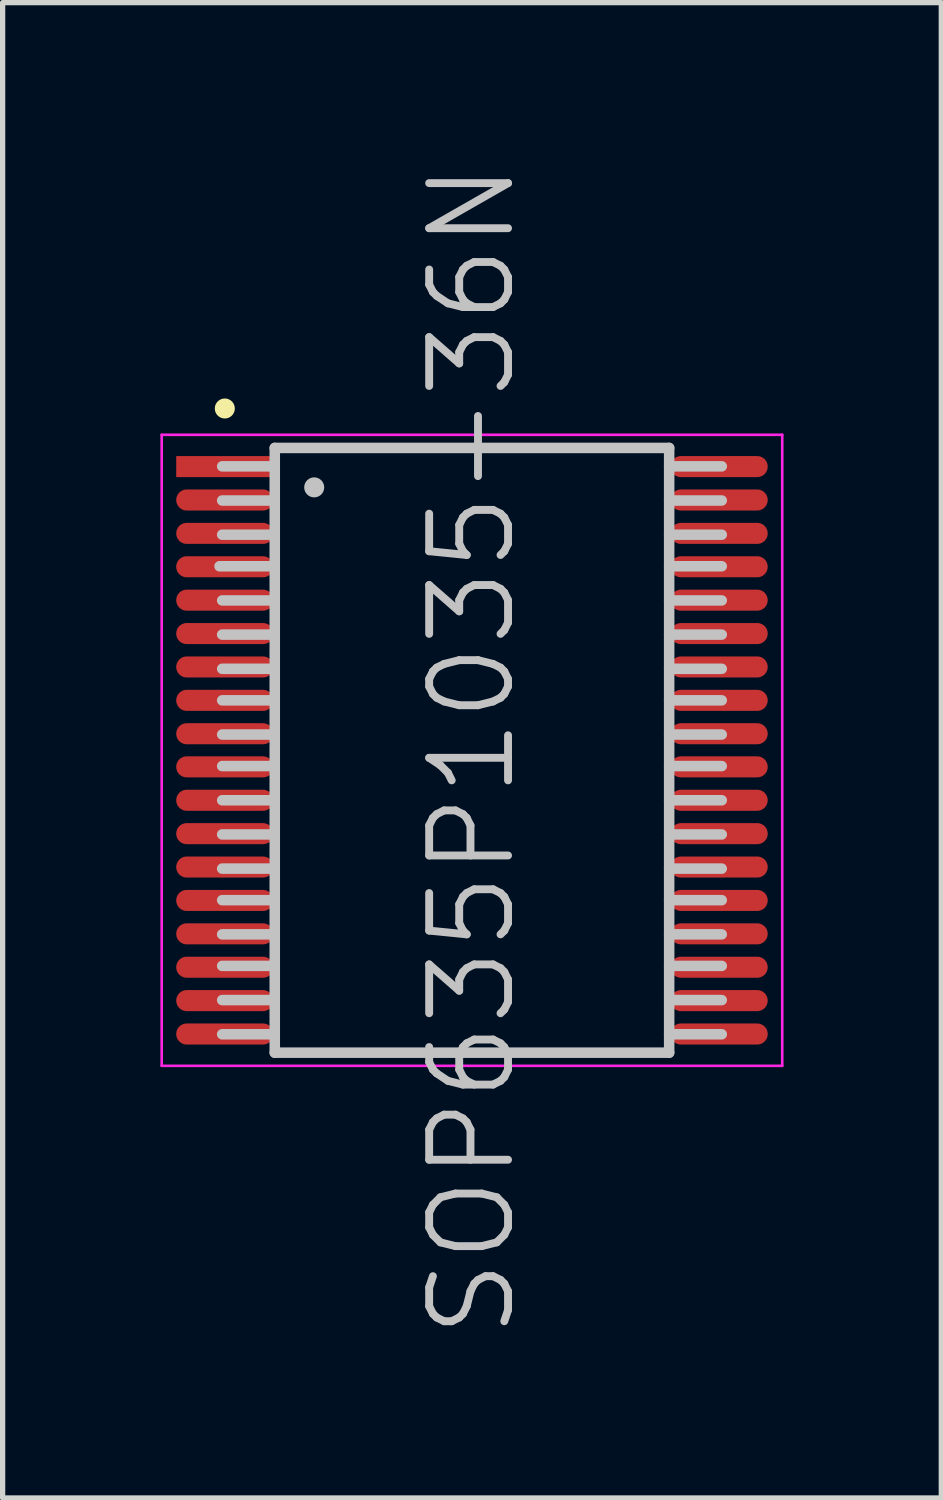
<source format=kicad_pcb>
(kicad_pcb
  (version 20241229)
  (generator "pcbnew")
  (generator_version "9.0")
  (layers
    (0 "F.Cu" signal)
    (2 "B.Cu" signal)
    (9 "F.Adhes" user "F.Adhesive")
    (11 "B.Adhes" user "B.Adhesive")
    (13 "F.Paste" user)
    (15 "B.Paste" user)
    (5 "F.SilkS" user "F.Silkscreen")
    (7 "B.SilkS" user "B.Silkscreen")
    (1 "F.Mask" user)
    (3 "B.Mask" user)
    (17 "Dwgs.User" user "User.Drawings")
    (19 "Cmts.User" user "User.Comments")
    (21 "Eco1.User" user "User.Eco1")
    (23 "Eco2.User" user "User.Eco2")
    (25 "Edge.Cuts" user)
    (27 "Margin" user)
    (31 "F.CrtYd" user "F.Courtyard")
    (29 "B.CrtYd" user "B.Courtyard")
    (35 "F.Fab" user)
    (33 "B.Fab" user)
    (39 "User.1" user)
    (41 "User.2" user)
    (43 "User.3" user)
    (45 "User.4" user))
  (footprint "SOP635P1035-36N"
    (layer "F.Cu")
    (at 5.925 11.218)
    (property "Reference" "SOP635P1035-36N" (at 0 0 90) (layer "Dwgs.User") (effects (font (size 1.5 1.5) (thickness 0.15))))
    (attr smd)
    (fp_line (start -4.7 -6.5) (end -4.7 -6.5) (stroke (width 0.381) (type solid)) (layer "F.SilkS"))
    (fp_line (start -3.8 -3.5) (end -4.8 -3.5) (stroke (width 0.2) (type solid)) (layer "Dwgs.User"))
    (fp_line (start -3.75 -5.75) (end -3.75 5.75) (stroke (width 0.2) (type solid)) (layer "Dwgs.User"))
    (fp_line (start -3.75 -5.75) (end 3.75 -5.75) (stroke (width 0.2) (type solid)) (layer "Dwgs.User"))
    (fp_line (start -3.75 -5.4) (end -4.75 -5.4) (stroke (width 0.2) (type solid)) (layer "Dwgs.User"))
    (fp_line (start -3.75 -4.75) (end -4.75 -4.75) (stroke (width 0.2) (type solid)) (layer "Dwgs.User"))
    (fp_line (start -3.75 -4.1) (end -4.75 -4.1) (stroke (width 0.2) (type solid)) (layer "Dwgs.User"))
    (fp_line (start -3.75 -2.85) (end -4.75 -2.85) (stroke (width 0.2) (type solid)) (layer "Dwgs.User"))
    (fp_line (start -3.75 -2.2) (end -4.75 -2.2) (stroke (width 0.2) (type solid)) (layer "Dwgs.User"))
    (fp_line (start -3.75 -1.55) (end -4.75 -1.55) (stroke (width 0.2) (type solid)) (layer "Dwgs.User"))
    (fp_line (start -3.75 -0.95) (end -4.75 -0.95) (stroke (width 0.2) (type solid)) (layer "Dwgs.User"))
    (fp_line (start -3.75 -0.3) (end -4.75 -0.3) (stroke (width 0.2) (type solid)) (layer "Dwgs.User"))
    (fp_line (start -3.75 0.3) (end -4.75 0.3) (stroke (width 0.2) (type solid)) (layer "Dwgs.User"))
    (fp_line (start -3.75 0.95) (end -4.75 0.95) (stroke (width 0.2) (type solid)) (layer "Dwgs.User"))
    (fp_line (start -3.75 1.6) (end -4.75 1.6) (stroke (width 0.2) (type solid)) (layer "Dwgs.User"))
    (fp_line (start -3.75 2.25) (end -4.75 2.25) (stroke (width 0.2) (type solid)) (layer "Dwgs.User"))
    (fp_line (start -3.75 2.85) (end -4.75 2.85) (stroke (width 0.2) (type solid)) (layer "Dwgs.User"))
    (fp_line (start -3.75 3.5) (end -4.75 3.5) (stroke (width 0.2) (type solid)) (layer "Dwgs.User"))
    (fp_line (start -3.75 4.1) (end -4.75 4.1) (stroke (width 0.2) (type solid)) (layer "Dwgs.User"))
    (fp_line (start -3.75 4.75) (end -4.75 4.75) (stroke (width 0.2) (type solid)) (layer "Dwgs.User"))
    (fp_line (start -3.75 5.4) (end -4.75 5.4) (stroke (width 0.2) (type solid)) (layer "Dwgs.User"))
    (fp_line (start -3.75 5.75) (end 3.75 5.75) (stroke (width 0.2) (type solid)) (layer "Dwgs.User"))
    (fp_line (start -3 -5) (end -3 -5) (stroke (width 0.381) (type solid)) (layer "Dwgs.User"))
    (fp_line (start 3.75 -5.75) (end 3.75 5.75) (stroke (width 0.2) (type solid)) (layer "Dwgs.User"))
    (fp_line (start 4.75 -5.4) (end 3.75 -5.4) (stroke (width 0.2) (type solid)) (layer "Dwgs.User"))
    (fp_line (start 4.75 -4.75) (end 3.75 -4.75) (stroke (width 0.2) (type solid)) (layer "Dwgs.User"))
    (fp_line (start 4.75 -4.1) (end 3.75 -4.1) (stroke (width 0.2) (type solid)) (layer "Dwgs.User"))
    (fp_line (start 4.75 -3.5) (end 3.75 -3.5) (stroke (width 0.2) (type solid)) (layer "Dwgs.User"))
    (fp_line (start 4.75 -2.85) (end 3.75 -2.85) (stroke (width 0.2) (type solid)) (layer "Dwgs.User"))
    (fp_line (start 4.75 -2.2) (end 3.75 -2.2) (stroke (width 0.2) (type solid)) (layer "Dwgs.User"))
    (fp_line (start 4.75 -1.55) (end 3.75 -1.55) (stroke (width 0.2) (type solid)) (layer "Dwgs.User"))
    (fp_line (start 4.75 -0.95) (end 3.75 -0.95) (stroke (width 0.2) (type solid)) (layer "Dwgs.User"))
    (fp_line (start 4.75 -0.3) (end 3.75 -0.3) (stroke (width 0.2) (type solid)) (layer "Dwgs.User"))
    (fp_line (start 4.75 0.3) (end 3.75 0.3) (stroke (width 0.2) (type solid)) (layer "Dwgs.User"))
    (fp_line (start 4.75 0.95) (end 3.75 0.95) (stroke (width 0.2) (type solid)) (layer "Dwgs.User"))
    (fp_line (start 4.75 1.6) (end 3.75 1.6) (stroke (width 0.2) (type solid)) (layer "Dwgs.User"))
    (fp_line (start 4.75 2.25) (end 3.75 2.25) (stroke (width 0.2) (type solid)) (layer "Dwgs.User"))
    (fp_line (start 4.75 2.85) (end 3.75 2.85) (stroke (width 0.2) (type solid)) (layer "Dwgs.User"))
    (fp_line (start 4.75 3.5) (end 3.75 3.5) (stroke (width 0.2) (type solid)) (layer "Dwgs.User"))
    (fp_line (start 4.75 4.1) (end 3.75 4.1) (stroke (width 0.2) (type solid)) (layer "Dwgs.User"))
    (fp_line (start 4.75 4.75) (end 3.75 4.75) (stroke (width 0.2) (type solid)) (layer "Dwgs.User"))
    (fp_line (start 4.75 5.4) (end 3.75 5.4) (stroke (width 0.2) (type solid)) (layer "Dwgs.User"))
    (fp_line (start -5.9 -6) (end -5.9 6) (stroke (width 0.05) (type solid)) (layer "F.CrtYd"))
    (fp_line (start -5.9 -6) (end 5.9 -6) (stroke (width 0.05) (type solid)) (layer "F.CrtYd"))
    (fp_line (start -5.9 6) (end 5.9 6) (stroke (width 0.05) (type solid)) (layer "F.CrtYd"))
    (fp_line (start 5.9 -6) (end 5.9 6) (stroke (width 0.05) (type solid)) (layer "F.CrtYd"))
    (pad "1" smd rect (at -4.699 -5.395 90) (size 0.4 1.85) (layers "F.Cu" "F.Mask" "F.Paste"))
    (pad "2" smd oval (at -4.699 -4.76 90) (size 0.4 1.85) (layers "F.Cu" "F.Mask" "F.Paste"))
    (pad "3" smd oval (at -4.699 -4.125 90) (size 0.4 1.85) (layers "F.Cu" "F.Mask" "F.Paste"))
    (pad "4" smd oval (at -4.699 -3.49 90) (size 0.4 1.85) (layers "F.Cu" "F.Mask" "F.Paste"))
    (pad "5" smd oval (at -4.699 -2.855 90) (size 0.4 1.85) (layers "F.Cu" "F.Mask" "F.Paste"))
    (pad "6" smd oval (at -4.699 -2.22 90) (size 0.4 1.85) (layers "F.Cu" "F.Mask" "F.Paste"))
    (pad "7" smd oval (at -4.699 -1.585 90) (size 0.4 1.85) (layers "F.Cu" "F.Mask" "F.Paste"))
    (pad "8" smd oval (at -4.699 -0.95 90) (size 0.4 1.85) (layers "F.Cu" "F.Mask" "F.Paste"))
    (pad "9" smd oval (at -4.699 -0.315 90) (size 0.4 1.85) (layers "F.Cu" "F.Mask" "F.Paste"))
    (pad "10" smd oval (at -4.699 0.315 90) (size 0.4 1.85) (layers "F.Cu" "F.Mask" "F.Paste"))
    (pad "11" smd oval (at -4.699 0.95 90) (size 0.4 1.85) (layers "F.Cu" "F.Mask" "F.Paste"))
    (pad "12" smd oval (at -4.699 1.585 90) (size 0.4 1.85) (layers "F.Cu" "F.Mask" "F.Paste"))
    (pad "13" smd oval (at -4.699 2.22 90) (size 0.4 1.85) (layers "F.Cu" "F.Mask" "F.Paste"))
    (pad "14" smd oval (at -4.699 2.855 90) (size 0.4 1.85) (layers "F.Cu" "F.Mask" "F.Paste"))
    (pad "15" smd oval (at -4.699 3.49 90) (size 0.4 1.85) (layers "F.Cu" "F.Mask" "F.Paste"))
    (pad "16" smd oval (at -4.699 4.125 90) (size 0.4 1.85) (layers "F.Cu" "F.Mask" "F.Paste"))
    (pad "17" smd oval (at -4.699 4.76 90) (size 0.4 1.85) (layers "F.Cu" "F.Mask" "F.Paste"))
    (pad "18" smd oval (at -4.699 5.395 90) (size 0.4 1.85) (layers "F.Cu" "F.Mask" "F.Paste"))
    (pad "19" smd oval (at 4.699 5.395 270) (size 0.4 1.85) (layers "F.Cu" "F.Mask" "F.Paste"))
    (pad "20" smd oval (at 4.699 4.76 270) (size 0.4 1.85) (layers "F.Cu" "F.Mask" "F.Paste"))
    (pad "21" smd oval (at 4.699 4.125 270) (size 0.4 1.85) (layers "F.Cu" "F.Mask" "F.Paste"))
    (pad "22" smd oval (at 4.699 3.49 270) (size 0.4 1.85) (layers "F.Cu" "F.Mask" "F.Paste"))
    (pad "23" smd oval (at 4.699 2.855 270) (size 0.4 1.85) (layers "F.Cu" "F.Mask" "F.Paste"))
    (pad "24" smd oval (at 4.699 2.22 270) (size 0.4 1.85) (layers "F.Cu" "F.Mask" "F.Paste"))
    (pad "25" smd oval (at 4.699 1.585 270) (size 0.4 1.85) (layers "F.Cu" "F.Mask" "F.Paste"))
    (pad "26" smd oval (at 4.699 0.95 270) (size 0.4 1.85) (layers "F.Cu" "F.Mask" "F.Paste"))
    (pad "27" smd oval (at 4.699 0.315 270) (size 0.4 1.85) (layers "F.Cu" "F.Mask" "F.Paste"))
    (pad "28" smd oval (at 4.699 -0.315 270) (size 0.4 1.85) (layers "F.Cu" "F.Mask" "F.Paste"))
    (pad "29" smd oval (at 4.699 -0.95 270) (size 0.4 1.85) (layers "F.Cu" "F.Mask" "F.Paste"))
    (pad "30" smd oval (at 4.699 -1.585 270) (size 0.4 1.85) (layers "F.Cu" "F.Mask" "F.Paste"))
    (pad "31" smd oval (at 4.699 -2.22 270) (size 0.4 1.85) (layers "F.Cu" "F.Mask" "F.Paste"))
    (pad "32" smd oval (at 4.699 -2.855 270) (size 0.4 1.85) (layers "F.Cu" "F.Mask" "F.Paste"))
    (pad "33" smd oval (at 4.699 -3.49 270) (size 0.4 1.85) (layers "F.Cu" "F.Mask" "F.Paste"))
    (pad "34" smd oval (at 4.699 -4.125 270) (size 0.4 1.85) (layers "F.Cu" "F.Mask" "F.Paste"))
    (pad "35" smd oval (at 4.699 -4.76 270) (size 0.4 1.85) (layers "F.Cu" "F.Mask" "F.Paste"))
    (pad "36" smd oval (at 4.699 -5.395 270) (size 0.4 1.85) (layers "F.Cu" "F.Mask" "F.Paste")))
  (gr_rect
    (start -3 -3)
    (end 14.85 25.436)
    (stroke (width 0.1) (type default))
    (fill no)
    (layer "Edge.Cuts")))
</source>
